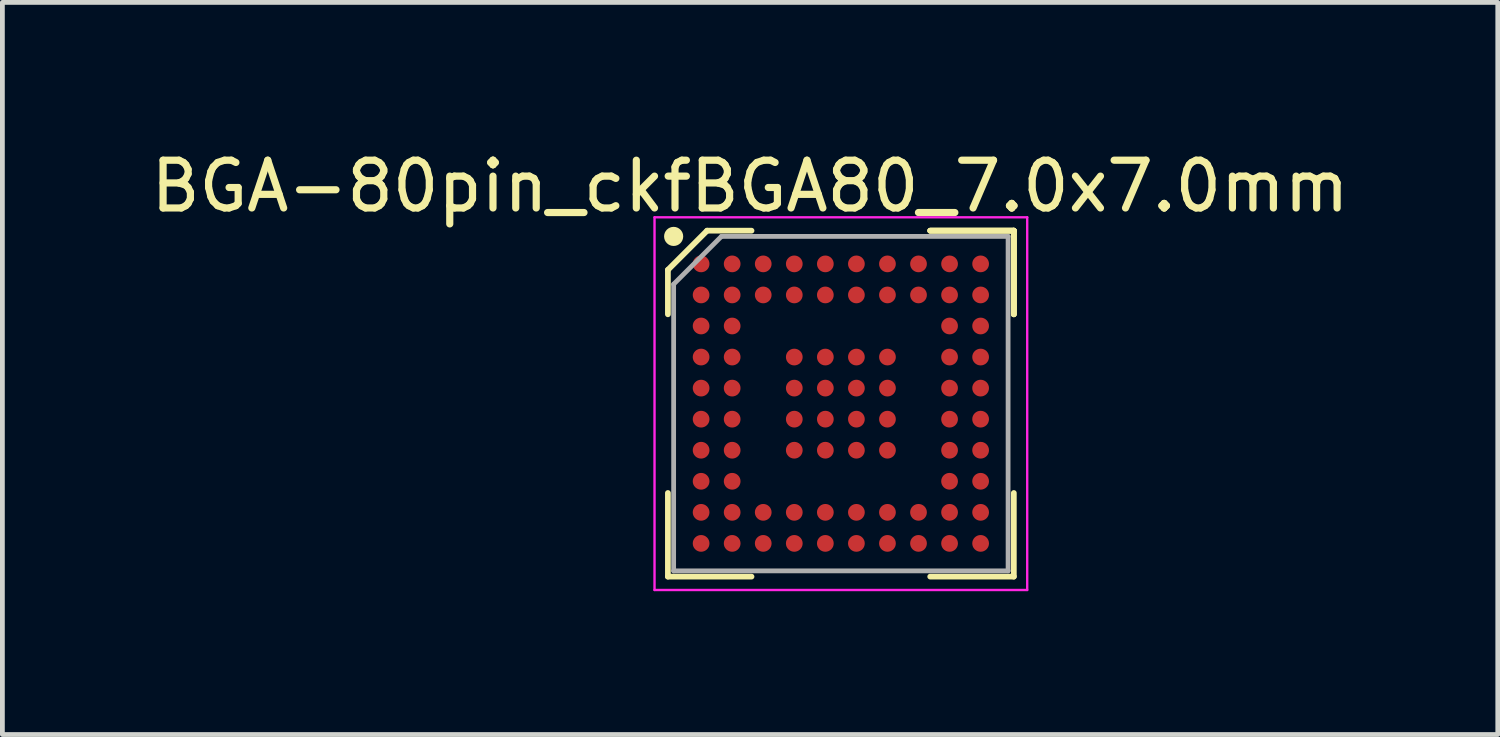
<source format=kicad_pcb>
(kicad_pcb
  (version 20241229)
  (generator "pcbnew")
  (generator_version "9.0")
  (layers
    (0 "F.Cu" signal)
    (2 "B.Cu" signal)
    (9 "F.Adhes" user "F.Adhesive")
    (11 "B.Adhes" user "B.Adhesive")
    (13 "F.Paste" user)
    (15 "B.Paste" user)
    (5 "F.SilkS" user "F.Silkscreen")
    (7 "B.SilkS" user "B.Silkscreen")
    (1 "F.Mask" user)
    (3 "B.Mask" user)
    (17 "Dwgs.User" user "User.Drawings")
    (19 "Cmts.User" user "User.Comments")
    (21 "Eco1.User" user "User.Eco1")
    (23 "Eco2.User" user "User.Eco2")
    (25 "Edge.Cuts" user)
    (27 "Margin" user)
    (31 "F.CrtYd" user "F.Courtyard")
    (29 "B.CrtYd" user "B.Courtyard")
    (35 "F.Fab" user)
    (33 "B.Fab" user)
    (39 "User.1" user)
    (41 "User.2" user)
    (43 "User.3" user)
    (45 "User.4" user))
  (footprint "BGA-80pin_ckfBGA80_7.0x7.0mm"
    (layer "F.Cu")
    (at 14.549 5.398)
    (property "Reference" "BGA-80pin_ckfBGA80_7.0x7.0mm" (at -1.9 -4.55 0) (layer "F.SilkS") (effects (font (size 1 1) (thickness 0.15))))
    (attr smd)
    (fp_line (start -3.62 -2.8) (end -3.62 -1.87) (stroke (width 0.12) (type solid)) (layer "F.SilkS"))
    (fp_line (start -3.62 3.62) (end -3.62 1.87) (stroke (width 0.12) (type solid)) (layer "F.SilkS"))
    (fp_line (start -2.8 -3.62) (end -3.62 -2.8) (stroke (width 0.12) (type solid)) (layer "F.SilkS"))
    (fp_line (start -1.87 -3.62) (end -2.8 -3.62) (stroke (width 0.12) (type solid)) (layer "F.SilkS"))
    (fp_line (start -1.87 3.62) (end -3.62 3.62) (stroke (width 0.12) (type solid)) (layer "F.SilkS"))
    (fp_line (start 1.87 -3.62) (end 3.62 -3.62) (stroke (width 0.12) (type solid)) (layer "F.SilkS"))
    (fp_line (start 1.87 -3.62) (end 3.62 -3.62) (stroke (width 0.12) (type solid)) (layer "F.SilkS"))
    (fp_line (start 1.87 -3.62) (end 3.62 -3.62) (stroke (width 0.12) (type solid)) (layer "F.SilkS"))
    (fp_line (start 1.87 3.62) (end 3.62 3.62) (stroke (width 0.12) (type solid)) (layer "F.SilkS"))
    (fp_line (start 3.62 -3.62) (end 3.62 -1.87) (stroke (width 0.12) (type solid)) (layer "F.SilkS"))
    (fp_line (start 3.62 -3.62) (end 3.62 -1.87) (stroke (width 0.12) (type solid)) (layer "F.SilkS"))
    (fp_line (start 3.62 -3.62) (end 3.62 -1.87) (stroke (width 0.12) (type solid)) (layer "F.SilkS"))
    (fp_line (start 3.62 3.62) (end 3.62 1.87) (stroke (width 0.12) (type solid)) (layer "F.SilkS"))
    (fp_circle (center -3.5 -3.5) (end -3.5 -3.4) (stroke (width 0.2) (type solid)) (fill no) (layer "F.SilkS"))
    (fp_line (start -3.9 -3.9) (end 3.9 -3.9) (stroke (width 0.05) (type solid)) (layer "F.CrtYd"))
    (fp_line (start -3.9 3.9) (end -3.9 -3.9) (stroke (width 0.05) (type solid)) (layer "F.CrtYd"))
    (fp_line (start 3.9 -3.9) (end 3.9 3.9) (stroke (width 0.05) (type solid)) (layer "F.CrtYd"))
    (fp_line (start 3.9 3.9) (end -3.9 3.9) (stroke (width 0.05) (type solid)) (layer "F.CrtYd"))
    (fp_line (start -3.5 -2.5) (end -3.5 3.5) (stroke (width 0.1) (type solid)) (layer "F.Fab"))
    (fp_line (start -3.5 3.5) (end 3.5 3.5) (stroke (width 0.1) (type solid)) (layer "F.Fab"))
    (fp_line (start -2.5 -3.5) (end -3.5 -2.5) (stroke (width 0.1) (type solid)) (layer "F.Fab"))
    (fp_line (start 3.5 -3.5) (end -2.5 -3.5) (stroke (width 0.1) (type solid)) (layer "F.Fab"))
    (fp_line (start 3.5 3.5) (end 3.5 -3.5) (stroke (width 0.1) (type solid)) (layer "F.Fab"))
    (pad "A1" smd circle (at -2.925 -2.925) (size 0.35 0.35) (layers "F.Cu" "F.Mask" "F.Paste"))
    (pad "A2" smd circle (at -2.275 -2.925) (size 0.35 0.35) (layers "F.Cu" "F.Mask" "F.Paste"))
    (pad "A3" smd circle (at -1.625 -2.925) (size 0.35 0.35) (layers "F.Cu" "F.Mask" "F.Paste"))
    (pad "A4" smd circle (at -0.975 -2.925) (size 0.35 0.35) (layers "F.Cu" "F.Mask" "F.Paste"))
    (pad "A5" smd circle (at -0.325 -2.925) (size 0.35 0.35) (layers "F.Cu" "F.Mask" "F.Paste"))
    (pad "A6" smd circle (at 0.325 -2.925) (size 0.35 0.35) (layers "F.Cu" "F.Mask" "F.Paste"))
    (pad "A7" smd circle (at 0.975 -2.925) (size 0.35 0.35) (layers "F.Cu" "F.Mask" "F.Paste"))
    (pad "A8" smd circle (at 1.625 -2.925) (size 0.35 0.35) (layers "F.Cu" "F.Mask" "F.Paste"))
    (pad "A9" smd circle (at 2.275 -2.925) (size 0.35 0.35) (layers "F.Cu" "F.Mask" "F.Paste"))
    (pad "A10" smd circle (at 2.925 -2.925) (size 0.35 0.35) (layers "F.Cu" "F.Mask" "F.Paste"))
    (pad "B1" smd circle (at -2.925 -2.275) (size 0.35 0.35) (layers "F.Cu" "F.Mask" "F.Paste"))
    (pad "B2" smd circle (at -2.275 -2.275) (size 0.35 0.35) (layers "F.Cu" "F.Mask" "F.Paste"))
    (pad "B3" smd circle (at -1.625 -2.275) (size 0.35 0.35) (layers "F.Cu" "F.Mask" "F.Paste"))
    (pad "B4" smd circle (at -0.975 -2.275) (size 0.35 0.35) (layers "F.Cu" "F.Mask" "F.Paste"))
    (pad "B5" smd circle (at -0.325 -2.275) (size 0.35 0.35) (layers "F.Cu" "F.Mask" "F.Paste"))
    (pad "B6" smd circle (at 0.325 -2.275) (size 0.35 0.35) (layers "F.Cu" "F.Mask" "F.Paste"))
    (pad "B7" smd circle (at 0.975 -2.275) (size 0.35 0.35) (layers "F.Cu" "F.Mask" "F.Paste"))
    (pad "B8" smd circle (at 1.625 -2.275) (size 0.35 0.35) (layers "F.Cu" "F.Mask" "F.Paste"))
    (pad "B9" smd circle (at 2.275 -2.275) (size 0.35 0.35) (layers "F.Cu" "F.Mask" "F.Paste"))
    (pad "B10" smd circle (at 2.925 -2.275) (size 0.35 0.35) (layers "F.Cu" "F.Mask" "F.Paste"))
    (pad "C1" smd circle (at -2.925 -1.625) (size 0.35 0.35) (layers "F.Cu" "F.Mask" "F.Paste"))
    (pad "C2" smd circle (at -2.275 -1.625) (size 0.35 0.35) (layers "F.Cu" "F.Mask" "F.Paste"))
    (pad "C9" smd circle (at 2.275 -1.625) (size 0.35 0.35) (layers "F.Cu" "F.Mask" "F.Paste"))
    (pad "C10" smd circle (at 2.925 -1.625) (size 0.35 0.35) (layers "F.Cu" "F.Mask" "F.Paste"))
    (pad "D1" smd circle (at -2.925 -0.975) (size 0.35 0.35) (layers "F.Cu" "F.Mask" "F.Paste"))
    (pad "D2" smd circle (at -2.275 -0.975) (size 0.35 0.35) (layers "F.Cu" "F.Mask" "F.Paste"))
    (pad "D4" smd circle (at -0.975 -0.975) (size 0.35 0.35) (layers "F.Cu" "F.Mask" "F.Paste"))
    (pad "D5" smd circle (at -0.325 -0.975) (size 0.35 0.35) (layers "F.Cu" "F.Mask" "F.Paste"))
    (pad "D6" smd circle (at 0.325 -0.975) (size 0.35 0.35) (layers "F.Cu" "F.Mask" "F.Paste"))
    (pad "D7" smd circle (at 0.975 -0.975) (size 0.35 0.35) (layers "F.Cu" "F.Mask" "F.Paste"))
    (pad "D9" smd circle (at 2.275 -0.975) (size 0.35 0.35) (layers "F.Cu" "F.Mask" "F.Paste"))
    (pad "D10" smd circle (at 2.925 -0.975) (size 0.35 0.35) (layers "F.Cu" "F.Mask" "F.Paste"))
    (pad "E1" smd circle (at -2.925 -0.325) (size 0.35 0.35) (layers "F.Cu" "F.Mask" "F.Paste"))
    (pad "E2" smd circle (at -2.275 -0.325) (size 0.35 0.35) (layers "F.Cu" "F.Mask" "F.Paste"))
    (pad "E4" smd circle (at -0.975 -0.325) (size 0.35 0.35) (layers "F.Cu" "F.Mask" "F.Paste"))
    (pad "E5" smd circle (at -0.325 -0.325) (size 0.35 0.35) (layers "F.Cu" "F.Mask" "F.Paste"))
    (pad "E6" smd circle (at 0.325 -0.325) (size 0.35 0.35) (layers "F.Cu" "F.Mask" "F.Paste"))
    (pad "E7" smd circle (at 0.975 -0.325) (size 0.35 0.35) (layers "F.Cu" "F.Mask" "F.Paste"))
    (pad "E9" smd circle (at 2.275 -0.325) (size 0.35 0.35) (layers "F.Cu" "F.Mask" "F.Paste"))
    (pad "E10" smd circle (at 2.925 -0.325) (size 0.35 0.35) (layers "F.Cu" "F.Mask" "F.Paste"))
    (pad "F1" smd circle (at -2.925 0.325) (size 0.35 0.35) (layers "F.Cu" "F.Mask" "F.Paste"))
    (pad "F2" smd circle (at -2.275 0.325) (size 0.35 0.35) (layers "F.Cu" "F.Mask" "F.Paste"))
    (pad "F4" smd circle (at -0.975 0.325) (size 0.35 0.35) (layers "F.Cu" "F.Mask" "F.Paste"))
    (pad "F5" smd circle (at -0.325 0.325) (size 0.35 0.35) (layers "F.Cu" "F.Mask" "F.Paste"))
    (pad "F6" smd circle (at 0.325 0.325) (size 0.35 0.35) (layers "F.Cu" "F.Mask" "F.Paste"))
    (pad "F7" smd circle (at 0.975 0.325) (size 0.35 0.35) (layers "F.Cu" "F.Mask" "F.Paste"))
    (pad "F9" smd circle (at 2.275 0.325) (size 0.35 0.35) (layers "F.Cu" "F.Mask" "F.Paste"))
    (pad "F10" smd circle (at 2.925 0.325) (size 0.35 0.35) (layers "F.Cu" "F.Mask" "F.Paste"))
    (pad "G1" smd circle (at -2.925 0.975) (size 0.35 0.35) (layers "F.Cu" "F.Mask" "F.Paste"))
    (pad "G2" smd circle (at -2.275 0.975) (size 0.35 0.35) (layers "F.Cu" "F.Mask" "F.Paste"))
    (pad "G4" smd circle (at -0.975 0.975) (size 0.35 0.35) (layers "F.Cu" "F.Mask" "F.Paste"))
    (pad "G5" smd circle (at -0.325 0.975) (size 0.35 0.35) (layers "F.Cu" "F.Mask" "F.Paste"))
    (pad "G6" smd circle (at 0.325 0.975) (size 0.35 0.35) (layers "F.Cu" "F.Mask" "F.Paste"))
    (pad "G7" smd circle (at 0.975 0.975) (size 0.35 0.35) (layers "F.Cu" "F.Mask" "F.Paste"))
    (pad "G9" smd circle (at 2.275 0.975) (size 0.35 0.35) (layers "F.Cu" "F.Mask" "F.Paste"))
    (pad "G10" smd circle (at 2.925 0.975) (size 0.35 0.35) (layers "F.Cu" "F.Mask" "F.Paste"))
    (pad "H1" smd circle (at -2.925 1.625) (size 0.35 0.35) (layers "F.Cu" "F.Mask" "F.Paste"))
    (pad "H2" smd circle (at -2.275 1.625) (size 0.35 0.35) (layers "F.Cu" "F.Mask" "F.Paste"))
    (pad "H9" smd circle (at 2.275 1.625) (size 0.35 0.35) (layers "F.Cu" "F.Mask" "F.Paste"))
    (pad "H10" smd circle (at 2.925 1.625) (size 0.35 0.35) (layers "F.Cu" "F.Mask" "F.Paste"))
    (pad "J1" smd circle (at -2.925 2.275) (size 0.35 0.35) (layers "F.Cu" "F.Mask" "F.Paste"))
    (pad "J2" smd circle (at -2.275 2.275) (size 0.35 0.35) (layers "F.Cu" "F.Mask" "F.Paste"))
    (pad "J3" smd circle (at -1.625 2.275) (size 0.35 0.35) (layers "F.Cu" "F.Mask" "F.Paste"))
    (pad "J4" smd circle (at -0.975 2.275) (size 0.35 0.35) (layers "F.Cu" "F.Mask" "F.Paste"))
    (pad "J5" smd circle (at -0.325 2.275) (size 0.35 0.35) (layers "F.Cu" "F.Mask" "F.Paste"))
    (pad "J6" smd circle (at 0.325 2.275) (size 0.35 0.35) (layers "F.Cu" "F.Mask" "F.Paste"))
    (pad "J7" smd circle (at 0.975 2.275) (size 0.35 0.35) (layers "F.Cu" "F.Mask" "F.Paste"))
    (pad "J8" smd circle (at 1.625 2.275) (size 0.35 0.35) (layers "F.Cu" "F.Mask" "F.Paste"))
    (pad "J9" smd circle (at 2.275 2.275) (size 0.35 0.35) (layers "F.Cu" "F.Mask" "F.Paste"))
    (pad "J10" smd circle (at 2.925 2.275) (size 0.35 0.35) (layers "F.Cu" "F.Mask" "F.Paste"))
    (pad "K1" smd circle (at -2.925 2.925) (size 0.35 0.35) (layers "F.Cu" "F.Mask" "F.Paste"))
    (pad "K2" smd circle (at -2.275 2.925) (size 0.35 0.35) (layers "F.Cu" "F.Mask" "F.Paste"))
    (pad "K3" smd circle (at -1.625 2.925) (size 0.35 0.35) (layers "F.Cu" "F.Mask" "F.Paste"))
    (pad "K4" smd circle (at -0.975 2.925) (size 0.35 0.35) (layers "F.Cu" "F.Mask" "F.Paste"))
    (pad "K5" smd circle (at -0.325 2.925) (size 0.35 0.35) (layers "F.Cu" "F.Mask" "F.Paste"))
    (pad "K6" smd circle (at 0.325 2.925) (size 0.35 0.35) (layers "F.Cu" "F.Mask" "F.Paste"))
    (pad "K7" smd circle (at 0.975 2.925) (size 0.35 0.35) (layers "F.Cu" "F.Mask" "F.Paste"))
    (pad "K8" smd circle (at 1.625 2.925) (size 0.35 0.35) (layers "F.Cu" "F.Mask" "F.Paste"))
    (pad "K9" smd circle (at 2.275 2.925) (size 0.35 0.35) (layers "F.Cu" "F.Mask" "F.Paste"))
    (pad "K10" smd circle (at 2.925 2.925) (size 0.35 0.35) (layers "F.Cu" "F.Mask" "F.Paste")))
  (gr_rect
    (start -3 -3)
    (end 28.298 12.323)
    (stroke (width 0.1) (type default))
    (fill no)
    (layer "Edge.Cuts")))
</source>
